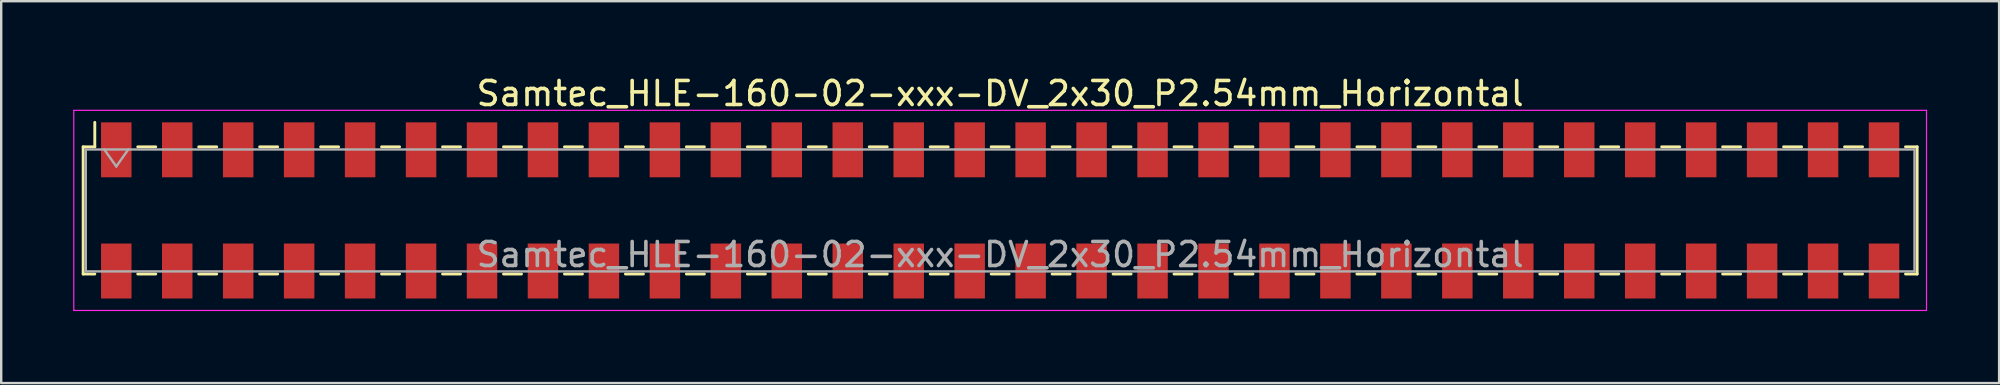
<source format=kicad_pcb>
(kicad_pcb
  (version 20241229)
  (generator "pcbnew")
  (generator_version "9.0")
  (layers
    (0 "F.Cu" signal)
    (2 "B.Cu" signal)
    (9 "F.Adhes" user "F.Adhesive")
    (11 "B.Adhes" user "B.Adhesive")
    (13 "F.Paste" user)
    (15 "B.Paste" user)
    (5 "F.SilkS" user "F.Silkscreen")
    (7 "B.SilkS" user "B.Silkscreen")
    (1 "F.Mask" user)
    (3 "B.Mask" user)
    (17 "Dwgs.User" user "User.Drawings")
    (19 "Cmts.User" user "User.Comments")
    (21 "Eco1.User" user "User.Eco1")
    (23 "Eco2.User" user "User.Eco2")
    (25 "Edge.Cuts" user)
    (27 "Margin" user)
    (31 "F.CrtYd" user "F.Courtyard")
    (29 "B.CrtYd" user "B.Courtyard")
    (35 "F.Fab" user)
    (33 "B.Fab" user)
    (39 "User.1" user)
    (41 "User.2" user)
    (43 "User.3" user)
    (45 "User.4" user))
  (footprint "Samtec_HLE-160-02-xxx-DV_2x30_P2.54mm_Horizontal"
    (layer "F.Cu")
    (at 38.625 5.718)
    (property "Reference" "Samtec_HLE-160-02-xxx-DV_2x30_P2.54mm_Horizontal" (at 0 -4.87 0) (layer "F.SilkS") (effects (font (size 1 1) (thickness 0.15))))
    (attr smd)
    (fp_line (start -38.21 -2.65) (end -38.21 2.65) (stroke (width 0.12) (type solid)) (layer "F.SilkS"))
    (fp_line (start -38.21 2.65) (end -37.725 2.65) (stroke (width 0.12) (type solid)) (layer "F.SilkS"))
    (fp_line (start -37.725 -3.67) (end -37.725 -2.65) (stroke (width 0.12) (type solid)) (layer "F.SilkS"))
    (fp_line (start -37.725 -2.65) (end -38.21 -2.65) (stroke (width 0.12) (type solid)) (layer "F.SilkS"))
    (fp_line (start -35.935 -2.65) (end -35.185 -2.65) (stroke (width 0.12) (type solid)) (layer "F.SilkS"))
    (fp_line (start -35.935 2.65) (end -35.185 2.65) (stroke (width 0.12) (type solid)) (layer "F.SilkS"))
    (fp_line (start -33.395 -2.65) (end -32.645 -2.65) (stroke (width 0.12) (type solid)) (layer "F.SilkS"))
    (fp_line (start -33.395 2.65) (end -32.645 2.65) (stroke (width 0.12) (type solid)) (layer "F.SilkS"))
    (fp_line (start -30.855 -2.65) (end -30.105 -2.65) (stroke (width 0.12) (type solid)) (layer "F.SilkS"))
    (fp_line (start -30.855 2.65) (end -30.105 2.65) (stroke (width 0.12) (type solid)) (layer "F.SilkS"))
    (fp_line (start -28.315 -2.65) (end -27.565 -2.65) (stroke (width 0.12) (type solid)) (layer "F.SilkS"))
    (fp_line (start -28.315 2.65) (end -27.565 2.65) (stroke (width 0.12) (type solid)) (layer "F.SilkS"))
    (fp_line (start -25.775 -2.65) (end -25.025 -2.65) (stroke (width 0.12) (type solid)) (layer "F.SilkS"))
    (fp_line (start -25.775 2.65) (end -25.025 2.65) (stroke (width 0.12) (type solid)) (layer "F.SilkS"))
    (fp_line (start -23.235 -2.65) (end -22.485 -2.65) (stroke (width 0.12) (type solid)) (layer "F.SilkS"))
    (fp_line (start -23.235 2.65) (end -22.485 2.65) (stroke (width 0.12) (type solid)) (layer "F.SilkS"))
    (fp_line (start -20.695 -2.65) (end -19.945 -2.65) (stroke (width 0.12) (type solid)) (layer "F.SilkS"))
    (fp_line (start -20.695 2.65) (end -19.945 2.65) (stroke (width 0.12) (type solid)) (layer "F.SilkS"))
    (fp_line (start -18.155 -2.65) (end -17.405 -2.65) (stroke (width 0.12) (type solid)) (layer "F.SilkS"))
    (fp_line (start -18.155 2.65) (end -17.405 2.65) (stroke (width 0.12) (type solid)) (layer "F.SilkS"))
    (fp_line (start -15.615 -2.65) (end -14.865 -2.65) (stroke (width 0.12) (type solid)) (layer "F.SilkS"))
    (fp_line (start -15.615 2.65) (end -14.865 2.65) (stroke (width 0.12) (type solid)) (layer "F.SilkS"))
    (fp_line (start -13.075 -2.65) (end -12.325 -2.65) (stroke (width 0.12) (type solid)) (layer "F.SilkS"))
    (fp_line (start -13.075 2.65) (end -12.325 2.65) (stroke (width 0.12) (type solid)) (layer "F.SilkS"))
    (fp_line (start -10.535 -2.65) (end -9.785 -2.65) (stroke (width 0.12) (type solid)) (layer "F.SilkS"))
    (fp_line (start -10.535 2.65) (end -9.785 2.65) (stroke (width 0.12) (type solid)) (layer "F.SilkS"))
    (fp_line (start -7.995 -2.65) (end -7.245 -2.65) (stroke (width 0.12) (type solid)) (layer "F.SilkS"))
    (fp_line (start -7.995 2.65) (end -7.245 2.65) (stroke (width 0.12) (type solid)) (layer "F.SilkS"))
    (fp_line (start -5.455 -2.65) (end -4.705 -2.65) (stroke (width 0.12) (type solid)) (layer "F.SilkS"))
    (fp_line (start -5.455 2.65) (end -4.705 2.65) (stroke (width 0.12) (type solid)) (layer "F.SilkS"))
    (fp_line (start -2.915 -2.65) (end -2.165 -2.65) (stroke (width 0.12) (type solid)) (layer "F.SilkS"))
    (fp_line (start -2.915 2.65) (end -2.165 2.65) (stroke (width 0.12) (type solid)) (layer "F.SilkS"))
    (fp_line (start -0.375 -2.65) (end 0.375 -2.65) (stroke (width 0.12) (type solid)) (layer "F.SilkS"))
    (fp_line (start -0.375 2.65) (end 0.375 2.65) (stroke (width 0.12) (type solid)) (layer "F.SilkS"))
    (fp_line (start 2.165 -2.65) (end 2.915 -2.65) (stroke (width 0.12) (type solid)) (layer "F.SilkS"))
    (fp_line (start 2.165 2.65) (end 2.915 2.65) (stroke (width 0.12) (type solid)) (layer "F.SilkS"))
    (fp_line (start 4.705 -2.65) (end 5.455 -2.65) (stroke (width 0.12) (type solid)) (layer "F.SilkS"))
    (fp_line (start 4.705 2.65) (end 5.455 2.65) (stroke (width 0.12) (type solid)) (layer "F.SilkS"))
    (fp_line (start 7.245 -2.65) (end 7.995 -2.65) (stroke (width 0.12) (type solid)) (layer "F.SilkS"))
    (fp_line (start 7.245 2.65) (end 7.995 2.65) (stroke (width 0.12) (type solid)) (layer "F.SilkS"))
    (fp_line (start 9.785 -2.65) (end 10.535 -2.65) (stroke (width 0.12) (type solid)) (layer "F.SilkS"))
    (fp_line (start 9.785 2.65) (end 10.535 2.65) (stroke (width 0.12) (type solid)) (layer "F.SilkS"))
    (fp_line (start 12.325 -2.65) (end 13.075 -2.65) (stroke (width 0.12) (type solid)) (layer "F.SilkS"))
    (fp_line (start 12.325 2.65) (end 13.075 2.65) (stroke (width 0.12) (type solid)) (layer "F.SilkS"))
    (fp_line (start 14.865 -2.65) (end 15.615 -2.65) (stroke (width 0.12) (type solid)) (layer "F.SilkS"))
    (fp_line (start 14.865 2.65) (end 15.615 2.65) (stroke (width 0.12) (type solid)) (layer "F.SilkS"))
    (fp_line (start 17.405 -2.65) (end 18.155 -2.65) (stroke (width 0.12) (type solid)) (layer "F.SilkS"))
    (fp_line (start 17.405 2.65) (end 18.155 2.65) (stroke (width 0.12) (type solid)) (layer "F.SilkS"))
    (fp_line (start 19.945 -2.65) (end 20.695 -2.65) (stroke (width 0.12) (type solid)) (layer "F.SilkS"))
    (fp_line (start 19.945 2.65) (end 20.695 2.65) (stroke (width 0.12) (type solid)) (layer "F.SilkS"))
    (fp_line (start 22.485 -2.65) (end 23.235 -2.65) (stroke (width 0.12) (type solid)) (layer "F.SilkS"))
    (fp_line (start 22.485 2.65) (end 23.235 2.65) (stroke (width 0.12) (type solid)) (layer "F.SilkS"))
    (fp_line (start 25.025 -2.65) (end 25.775 -2.65) (stroke (width 0.12) (type solid)) (layer "F.SilkS"))
    (fp_line (start 25.025 2.65) (end 25.775 2.65) (stroke (width 0.12) (type solid)) (layer "F.SilkS"))
    (fp_line (start 27.565 -2.65) (end 28.315 -2.65) (stroke (width 0.12) (type solid)) (layer "F.SilkS"))
    (fp_line (start 27.565 2.65) (end 28.315 2.65) (stroke (width 0.12) (type solid)) (layer "F.SilkS"))
    (fp_line (start 30.105 -2.65) (end 30.855 -2.65) (stroke (width 0.12) (type solid)) (layer "F.SilkS"))
    (fp_line (start 30.105 2.65) (end 30.855 2.65) (stroke (width 0.12) (type solid)) (layer "F.SilkS"))
    (fp_line (start 32.645 -2.65) (end 33.395 -2.65) (stroke (width 0.12) (type solid)) (layer "F.SilkS"))
    (fp_line (start 32.645 2.65) (end 33.395 2.65) (stroke (width 0.12) (type solid)) (layer "F.SilkS"))
    (fp_line (start 35.185 -2.65) (end 35.935 -2.65) (stroke (width 0.12) (type solid)) (layer "F.SilkS"))
    (fp_line (start 35.185 2.65) (end 35.935 2.65) (stroke (width 0.12) (type solid)) (layer "F.SilkS"))
    (fp_line (start 37.725 -2.65) (end 38.21 -2.65) (stroke (width 0.12) (type solid)) (layer "F.SilkS"))
    (fp_line (start 38.21 -2.65) (end 38.21 2.65) (stroke (width 0.12) (type solid)) (layer "F.SilkS"))
    (fp_line (start 38.21 2.65) (end 37.725 2.65) (stroke (width 0.12) (type solid)) (layer "F.SilkS"))
    (fp_line (start -38.6 -4.17) (end 38.6 -4.17) (stroke (width 0.05) (type solid)) (layer "F.CrtYd"))
    (fp_line (start -38.6 4.17) (end -38.6 -4.17) (stroke (width 0.05) (type solid)) (layer "F.CrtYd"))
    (fp_line (start 38.6 -4.17) (end 38.6 4.17) (stroke (width 0.05) (type solid)) (layer "F.CrtYd"))
    (fp_line (start 38.6 4.17) (end -38.6 4.17) (stroke (width 0.05) (type solid)) (layer "F.CrtYd"))
    (fp_line (start -38.1 -2.54) (end 38.1 -2.54) (stroke (width 0.1) (type solid)) (layer "F.Fab"))
    (fp_line (start -38.1 2.54) (end -38.1 -2.54) (stroke (width 0.1) (type solid)) (layer "F.Fab"))
    (fp_line (start -37.33 -2.54) (end -36.83 -1.833) (stroke (width 0.1) (type solid)) (layer "F.Fab"))
    (fp_line (start -36.83 -1.833) (end -36.33 -2.54) (stroke (width 0.1) (type solid)) (layer "F.Fab"))
    (fp_line (start 38.1 -2.54) (end 38.1 2.54) (stroke (width 0.1) (type solid)) (layer "F.Fab"))
    (fp_line (start 38.1 2.54) (end -38.1 2.54) (stroke (width 0.1) (type solid)) (layer "F.Fab"))
    (fp_text user "${REFERENCE}" (at 0 1.84 0) (layer "F.Fab") (effects (font (size 1 1) (thickness 0.15))))
    (pad "1" smd rect (at -36.83 -2.525) (size 1.27 2.29) (layers "F.Cu" "F.Mask" "F.Paste"))
    (pad "2" smd rect (at -36.83 2.525) (size 1.27 2.29) (layers "F.Cu" "F.Mask" "F.Paste"))
    (pad "3" smd rect (at -34.29 -2.525) (size 1.27 2.29) (layers "F.Cu" "F.Mask" "F.Paste"))
    (pad "4" smd rect (at -34.29 2.525) (size 1.27 2.29) (layers "F.Cu" "F.Mask" "F.Paste"))
    (pad "5" smd rect (at -31.75 -2.525) (size 1.27 2.29) (layers "F.Cu" "F.Mask" "F.Paste"))
    (pad "6" smd rect (at -31.75 2.525) (size 1.27 2.29) (layers "F.Cu" "F.Mask" "F.Paste"))
    (pad "7" smd rect (at -29.21 -2.525) (size 1.27 2.29) (layers "F.Cu" "F.Mask" "F.Paste"))
    (pad "8" smd rect (at -29.21 2.525) (size 1.27 2.29) (layers "F.Cu" "F.Mask" "F.Paste"))
    (pad "9" smd rect (at -26.67 -2.525) (size 1.27 2.29) (layers "F.Cu" "F.Mask" "F.Paste"))
    (pad "10" smd rect (at -26.67 2.525) (size 1.27 2.29) (layers "F.Cu" "F.Mask" "F.Paste"))
    (pad "11" smd rect (at -24.13 -2.525) (size 1.27 2.29) (layers "F.Cu" "F.Mask" "F.Paste"))
    (pad "12" smd rect (at -24.13 2.525) (size 1.27 2.29) (layers "F.Cu" "F.Mask" "F.Paste"))
    (pad "13" smd rect (at -21.59 -2.525) (size 1.27 2.29) (layers "F.Cu" "F.Mask" "F.Paste"))
    (pad "14" smd rect (at -21.59 2.525) (size 1.27 2.29) (layers "F.Cu" "F.Mask" "F.Paste"))
    (pad "15" smd rect (at -19.05 -2.525) (size 1.27 2.29) (layers "F.Cu" "F.Mask" "F.Paste"))
    (pad "16" smd rect (at -19.05 2.525) (size 1.27 2.29) (layers "F.Cu" "F.Mask" "F.Paste"))
    (pad "17" smd rect (at -16.51 -2.525) (size 1.27 2.29) (layers "F.Cu" "F.Mask" "F.Paste"))
    (pad "18" smd rect (at -16.51 2.525) (size 1.27 2.29) (layers "F.Cu" "F.Mask" "F.Paste"))
    (pad "19" smd rect (at -13.97 -2.525) (size 1.27 2.29) (layers "F.Cu" "F.Mask" "F.Paste"))
    (pad "20" smd rect (at -13.97 2.525) (size 1.27 2.29) (layers "F.Cu" "F.Mask" "F.Paste"))
    (pad "21" smd rect (at -11.43 -2.525) (size 1.27 2.29) (layers "F.Cu" "F.Mask" "F.Paste"))
    (pad "22" smd rect (at -11.43 2.525) (size 1.27 2.29) (layers "F.Cu" "F.Mask" "F.Paste"))
    (pad "23" smd rect (at -8.89 -2.525) (size 1.27 2.29) (layers "F.Cu" "F.Mask" "F.Paste"))
    (pad "24" smd rect (at -8.89 2.525) (size 1.27 2.29) (layers "F.Cu" "F.Mask" "F.Paste"))
    (pad "25" smd rect (at -6.35 -2.525) (size 1.27 2.29) (layers "F.Cu" "F.Mask" "F.Paste"))
    (pad "26" smd rect (at -6.35 2.525) (size 1.27 2.29) (layers "F.Cu" "F.Mask" "F.Paste"))
    (pad "27" smd rect (at -3.81 -2.525) (size 1.27 2.29) (layers "F.Cu" "F.Mask" "F.Paste"))
    (pad "28" smd rect (at -3.81 2.525) (size 1.27 2.29) (layers "F.Cu" "F.Mask" "F.Paste"))
    (pad "29" smd rect (at -1.27 -2.525) (size 1.27 2.29) (layers "F.Cu" "F.Mask" "F.Paste"))
    (pad "30" smd rect (at -1.27 2.525) (size 1.27 2.29) (layers "F.Cu" "F.Mask" "F.Paste"))
    (pad "31" smd rect (at 1.27 -2.525) (size 1.27 2.29) (layers "F.Cu" "F.Mask" "F.Paste"))
    (pad "32" smd rect (at 1.27 2.525) (size 1.27 2.29) (layers "F.Cu" "F.Mask" "F.Paste"))
    (pad "33" smd rect (at 3.81 -2.525) (size 1.27 2.29) (layers "F.Cu" "F.Mask" "F.Paste"))
    (pad "34" smd rect (at 3.81 2.525) (size 1.27 2.29) (layers "F.Cu" "F.Mask" "F.Paste"))
    (pad "35" smd rect (at 6.35 -2.525) (size 1.27 2.29) (layers "F.Cu" "F.Mask" "F.Paste"))
    (pad "36" smd rect (at 6.35 2.525) (size 1.27 2.29) (layers "F.Cu" "F.Mask" "F.Paste"))
    (pad "37" smd rect (at 8.89 -2.525) (size 1.27 2.29) (layers "F.Cu" "F.Mask" "F.Paste"))
    (pad "38" smd rect (at 8.89 2.525) (size 1.27 2.29) (layers "F.Cu" "F.Mask" "F.Paste"))
    (pad "39" smd rect (at 11.43 -2.525) (size 1.27 2.29) (layers "F.Cu" "F.Mask" "F.Paste"))
    (pad "40" smd rect (at 11.43 2.525) (size 1.27 2.29) (layers "F.Cu" "F.Mask" "F.Paste"))
    (pad "41" smd rect (at 13.97 -2.525) (size 1.27 2.29) (layers "F.Cu" "F.Mask" "F.Paste"))
    (pad "42" smd rect (at 13.97 2.525) (size 1.27 2.29) (layers "F.Cu" "F.Mask" "F.Paste"))
    (pad "43" smd rect (at 16.51 -2.525) (size 1.27 2.29) (layers "F.Cu" "F.Mask" "F.Paste"))
    (pad "44" smd rect (at 16.51 2.525) (size 1.27 2.29) (layers "F.Cu" "F.Mask" "F.Paste"))
    (pad "45" smd rect (at 19.05 -2.525) (size 1.27 2.29) (layers "F.Cu" "F.Mask" "F.Paste"))
    (pad "46" smd rect (at 19.05 2.525) (size 1.27 2.29) (layers "F.Cu" "F.Mask" "F.Paste"))
    (pad "47" smd rect (at 21.59 -2.525) (size 1.27 2.29) (layers "F.Cu" "F.Mask" "F.Paste"))
    (pad "48" smd rect (at 21.59 2.525) (size 1.27 2.29) (layers "F.Cu" "F.Mask" "F.Paste"))
    (pad "49" smd rect (at 24.13 -2.525) (size 1.27 2.29) (layers "F.Cu" "F.Mask" "F.Paste"))
    (pad "50" smd rect (at 24.13 2.525) (size 1.27 2.29) (layers "F.Cu" "F.Mask" "F.Paste"))
    (pad "51" smd rect (at 26.67 -2.525) (size 1.27 2.29) (layers "F.Cu" "F.Mask" "F.Paste"))
    (pad "52" smd rect (at 26.67 2.525) (size 1.27 2.29) (layers "F.Cu" "F.Mask" "F.Paste"))
    (pad "53" smd rect (at 29.21 -2.525) (size 1.27 2.29) (layers "F.Cu" "F.Mask" "F.Paste"))
    (pad "54" smd rect (at 29.21 2.525) (size 1.27 2.29) (layers "F.Cu" "F.Mask" "F.Paste"))
    (pad "55" smd rect (at 31.75 -2.525) (size 1.27 2.29) (layers "F.Cu" "F.Mask" "F.Paste"))
    (pad "56" smd rect (at 31.75 2.525) (size 1.27 2.29) (layers "F.Cu" "F.Mask" "F.Paste"))
    (pad "57" smd rect (at 34.29 -2.525) (size 1.27 2.29) (layers "F.Cu" "F.Mask" "F.Paste"))
    (pad "58" smd rect (at 34.29 2.525) (size 1.27 2.29) (layers "F.Cu" "F.Mask" "F.Paste"))
    (pad "59" smd rect (at 36.83 -2.525) (size 1.27 2.29) (layers "F.Cu" "F.Mask" "F.Paste"))
    (pad "60" smd rect (at 36.83 2.525) (size 1.27 2.29) (layers "F.Cu" "F.Mask" "F.Paste")))
  (gr_rect
    (start -3 -3)
    (end 80.25 12.913)
    (stroke (width 0.1) (type default))
    (fill no)
    (layer "Edge.Cuts")))
</source>
